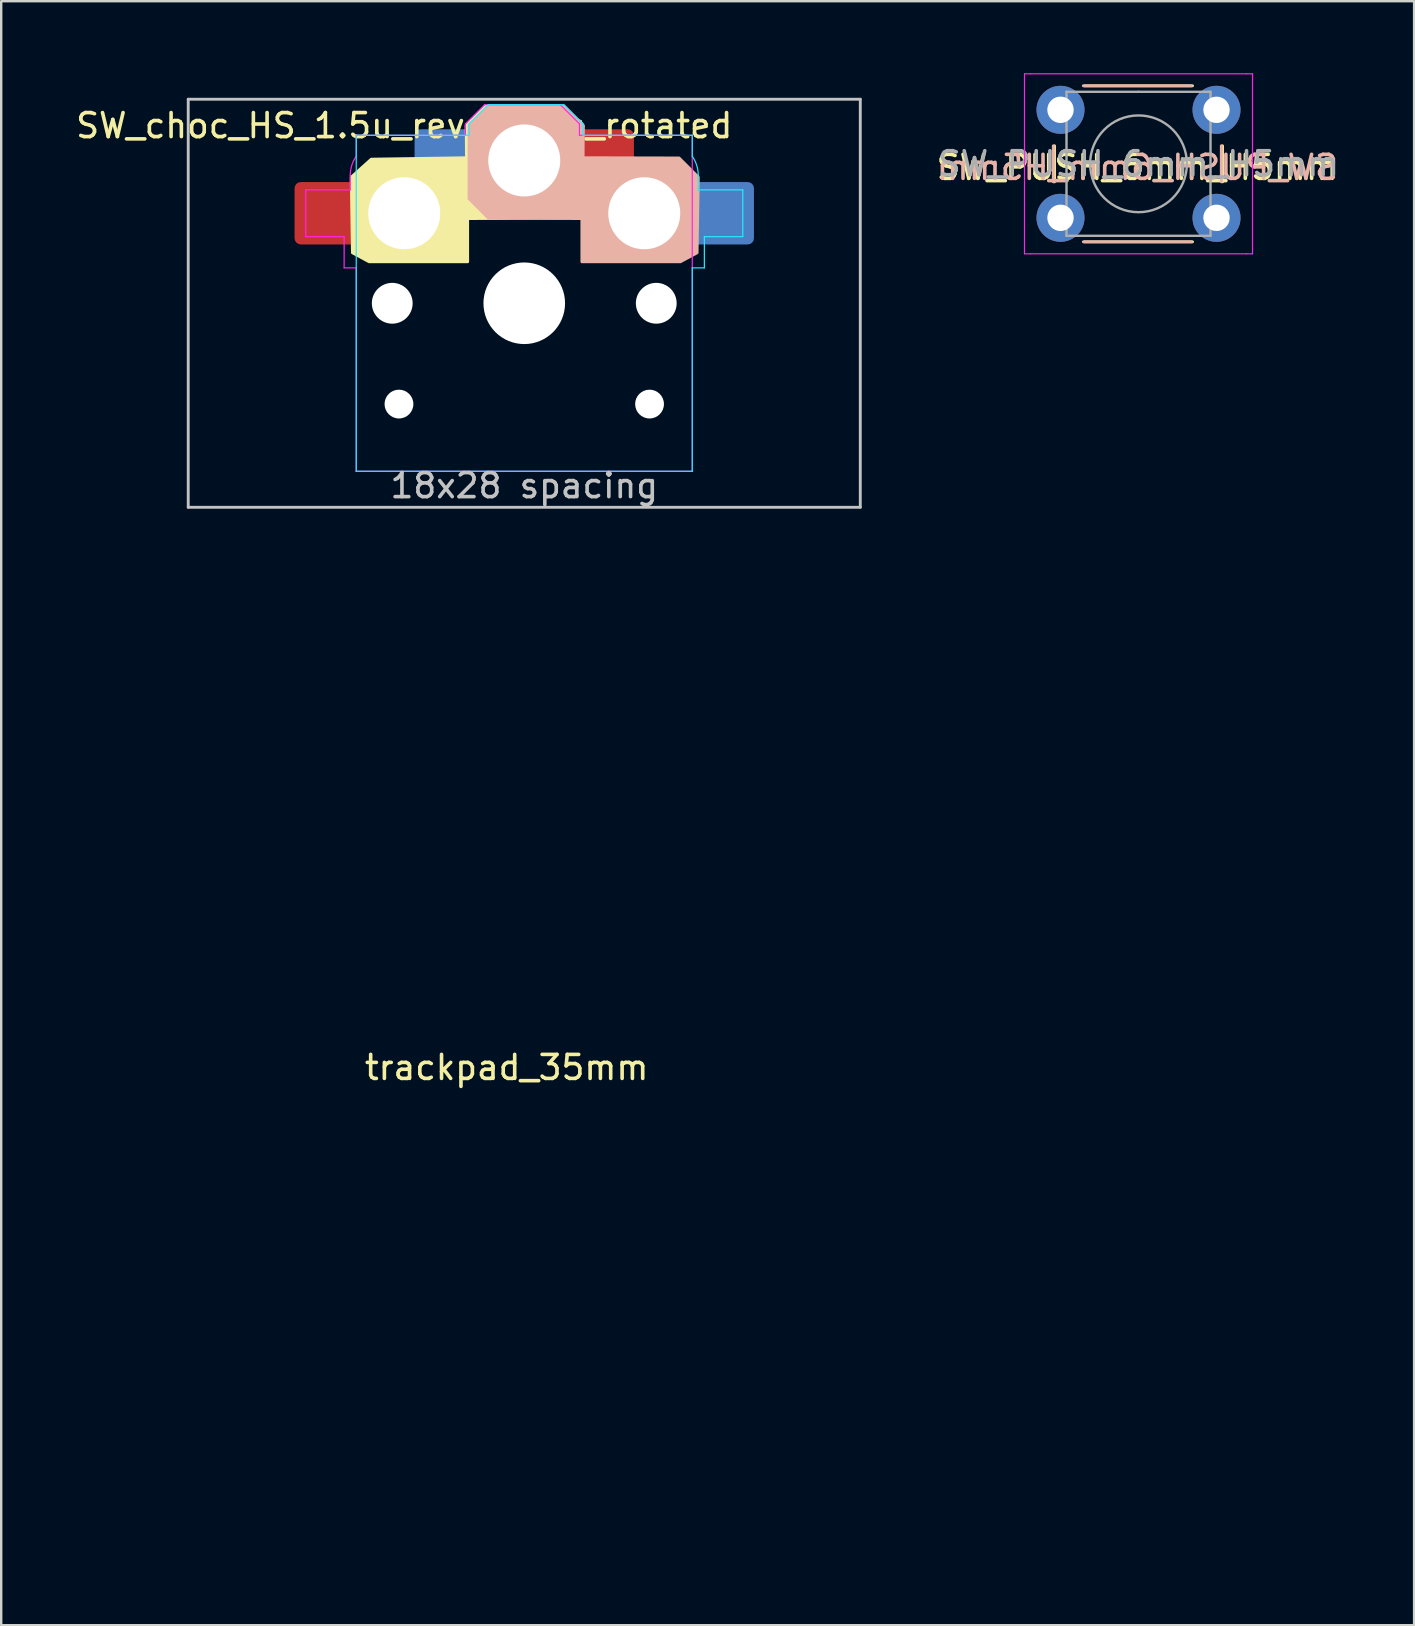
<source format=kicad_pcb>
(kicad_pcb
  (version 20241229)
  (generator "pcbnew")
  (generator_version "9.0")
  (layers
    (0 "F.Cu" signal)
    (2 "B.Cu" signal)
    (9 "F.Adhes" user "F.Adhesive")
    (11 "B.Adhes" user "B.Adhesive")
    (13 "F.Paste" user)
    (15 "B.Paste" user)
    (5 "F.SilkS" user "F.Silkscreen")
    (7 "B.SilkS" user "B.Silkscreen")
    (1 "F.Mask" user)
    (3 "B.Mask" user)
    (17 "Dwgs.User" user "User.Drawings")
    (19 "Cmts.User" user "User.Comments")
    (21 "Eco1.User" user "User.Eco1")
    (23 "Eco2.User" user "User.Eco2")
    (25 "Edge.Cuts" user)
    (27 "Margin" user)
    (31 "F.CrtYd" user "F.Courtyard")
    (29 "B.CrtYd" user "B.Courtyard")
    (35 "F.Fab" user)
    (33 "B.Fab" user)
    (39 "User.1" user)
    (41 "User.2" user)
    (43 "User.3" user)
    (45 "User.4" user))
  (footprint "SW_PUSH_6mm_H5mm"
    (layer "F.Cu")
    (at 41.134 1.525)
    (property "Reference" "SW_PUSH_6mm_H5mm" (at 3.2 2.4 0) (layer "F.SilkS") (effects (font (size 1 1) (thickness 0.15))))
    (attr through_hole)
    (fp_line (start -0.25 1.5) (end -0.25 3) (stroke (width 0.12) (type solid)) (layer "F.SilkS"))
    (fp_line (start 1 5.5) (end 5.5 5.5) (stroke (width 0.12) (type solid)) (layer "F.SilkS"))
    (fp_line (start 5.5 -1) (end 1 -1) (stroke (width 0.12) (type solid)) (layer "F.SilkS"))
    (fp_line (start 6.75 3) (end 6.75 1.5) (stroke (width 0.12) (type solid)) (layer "F.SilkS"))
    (fp_line (start -0.3 3) (end -0.3 1.5) (stroke (width 0.12) (type solid)) (layer "B.SilkS"))
    (fp_line (start 0.95 -1) (end 5.45 -1) (stroke (width 0.12) (type solid)) (layer "B.SilkS"))
    (fp_line (start 5.45 5.5) (end 0.95 5.5) (stroke (width 0.12) (type solid)) (layer "B.SilkS"))
    (fp_line (start 6.7 1.5) (end 6.7 3) (stroke (width 0.12) (type solid)) (layer "B.SilkS"))
    (fp_line (start -1.5 -1.5) (end -1.25 -1.5) (stroke (width 0.05) (type solid)) (layer "F.CrtYd"))
    (fp_line (start -1.5 -1.25) (end -1.5 -1.5) (stroke (width 0.05) (type solid)) (layer "F.CrtYd"))
    (fp_line (start -1.5 5.75) (end -1.5 -1.25) (stroke (width 0.05) (type solid)) (layer "F.CrtYd"))
    (fp_line (start -1.5 5.75) (end -1.5 6) (stroke (width 0.05) (type solid)) (layer "F.CrtYd"))
    (fp_line (start -1.5 6) (end -1.25 6) (stroke (width 0.05) (type solid)) (layer "F.CrtYd"))
    (fp_line (start -1.25 -1.5) (end 7.75 -1.5) (stroke (width 0.05) (type solid)) (layer "F.CrtYd"))
    (fp_line (start 7.75 -1.5) (end 8 -1.5) (stroke (width 0.05) (type solid)) (layer "F.CrtYd"))
    (fp_line (start 7.75 6) (end -1.25 6) (stroke (width 0.05) (type solid)) (layer "F.CrtYd"))
    (fp_line (start 7.75 6) (end 8 6) (stroke (width 0.05) (type solid)) (layer "F.CrtYd"))
    (fp_line (start 8 -1.5) (end 8 -1.25) (stroke (width 0.05) (type solid)) (layer "F.CrtYd"))
    (fp_line (start 8 -1.25) (end 8 5.75) (stroke (width 0.05) (type solid)) (layer "F.CrtYd"))
    (fp_line (start 8 6) (end 8 5.75) (stroke (width 0.05) (type solid)) (layer "F.CrtYd"))
    (fp_line (start 0.25 -0.75) (end 3.25 -0.75) (stroke (width 0.1) (type solid)) (layer "F.Fab"))
    (fp_line (start 0.25 5.25) (end 0.25 -0.75) (stroke (width 0.1) (type solid)) (layer "F.Fab"))
    (fp_line (start 3.25 -0.75) (end 6.25 -0.75) (stroke (width 0.1) (type solid)) (layer "F.Fab"))
    (fp_line (start 6.25 -0.75) (end 6.25 5.25) (stroke (width 0.1) (type solid)) (layer "F.Fab"))
    (fp_line (start 6.25 5.25) (end 0.25 5.25) (stroke (width 0.1) (type solid)) (layer "F.Fab"))
    (fp_circle (center 3.25 2.25) (end 1.25 2.5) (stroke (width 0.1) (type solid)) (fill no) (layer "F.Fab"))
    (fp_text user "${REFERENCE}" (at 3.2 2.4 0) (layer "B.SilkS") (effects (font (size 1 1) (thickness 0.15)) (justify mirror)))
    (fp_text user "${REFERENCE}" (at 3.25 2.25 0) (layer "F.Fab") (effects (font (size 1 1) (thickness 0.15))))
    (pad "1" thru_hole circle (at 0 0 90) (size 2 2) (drill 1.1) (layers "*.Cu" "*.Mask"))
    (pad "1" thru_hole circle (at 6.5 0 90) (size 2 2) (drill 1.1) (layers "*.Cu" "*.Mask"))
    (pad "2" thru_hole circle (at 0 4.5 90) (size 2 2) (drill 1.1) (layers "*.Cu" "*.Mask"))
    (pad "2" thru_hole circle (at 6.5 4.5 90) (size 2 2) (drill 1.1) (layers "*.Cu" "*.Mask")))
  (footprint "trackpad_35mm"
    (layer "F.Cu")
    (at 18.06 41.924)
    (property "Reference" "trackpad_35mm" (at 0 -0.5 0) (unlocked yes) (layer "F.SilkS") (effects (font (size 1 1) (thickness 0.15))))
    (fp_line (start -18 4.155) (end -18 -4.155) (stroke (width 0.12) (type solid)) (layer "User.9"))
    (fp_line (start 18 -4.155) (end 18 4.155) (stroke (width 0.12) (type solid)) (layer "User.9"))
    (fp_rect (start -8 15) (end 8 10) (stroke (width 0.12) (type solid)) (fill no) (layer "User.9"))
    (fp_arc (start -17.5 -5) (mid 0.364821 -19.688406) (end 17.5 -4.155) (stroke (width 0.12) (type solid)) (layer "User.9"))
    (fp_arc (start 17.5 4.155) (mid 0 19.676529) (end -17.5 4.155) (stroke (width 0.12) (type solid)) (layer "User.9")))
  (footprint "SW_choc_HS_1.5u_reversible_rotated"
    (layer "F.Cu")
    (at 18.792 9.585)
    (property "Reference" "SW_choc_HS_1.5u_reversible_rotated" (at -5 -7.4 0) (layer "F.SilkS") (effects (font (size 1 1) (thickness 0.15))))
    (attr smd)
    (fp_poly (pts (xy 2.342 -7.403) (xy 2.342 -4.353) (xy 1.542 -3.553) (xy -2.358 -3.528) (xy -2.358 -1.728) (xy -6.462 -1.728) (xy -7.158 -2.103) (xy -7.208 -5.253) (xy -6.375 -6.003) (xy -2.407 -6.063) (xy -2.413 -6.928) (xy -2.422 -7.403) (xy -1.627 -8.199) (xy 0.542 -8.203) (xy 1.542 -8.203)) (stroke (width 0.12) (type solid)) (fill yes) (layer "F.SilkS"))
    (fp_poly (pts (xy -2.299 -7.403) (xy -2.299 -4.353) (xy -1.499 -3.553) (xy 2.401 -3.528) (xy 2.401 -1.728) (xy 6.505 -1.728) (xy 7.201 -2.103) (xy 7.251 -5.253) (xy 6.451 -6.053) (xy 2.451 -6.063) (xy 2.457 -6.928) (xy 2.466 -7.403) (xy 1.671 -8.199) (xy -0.499 -8.203) (xy -1.499 -8.203)) (stroke (width 0.12) (type solid)) (fill yes) (layer "B.SilkS"))
    (fp_line (start -14 -8.5) (end -14 8.5) (stroke (width 0.12) (type solid)) (layer "Dwgs.User"))
    (fp_line (start -14 8.5) (end 14 8.5) (stroke (width 0.12) (type solid)) (layer "Dwgs.User"))
    (fp_line (start 14 -8.5) (end -14 -8.5) (stroke (width 0.12) (type solid)) (layer "Dwgs.User"))
    (fp_line (start 14 8.5) (end 14 -8.5) (stroke (width 0.12) (type solid)) (layer "Dwgs.User"))
    (fp_line (start -14 -9.525) (end 14 -9.525) (stroke (width 0.12) (type solid)) (layer "Eco1.User"))
    (fp_line (start -14 9.525) (end -14 -9.525) (stroke (width 0.12) (type solid)) (layer "Eco1.User"))
    (fp_line (start 14 -9.525) (end 14 9.525) (stroke (width 0.12) (type solid)) (layer "Eco1.User"))
    (fp_line (start 14 9.525) (end -14 9.525) (stroke (width 0.12) (type solid)) (layer "Eco1.User"))
    (fp_line (start -6.95 -6.45) (end -6.95 6.45) (stroke (width 0.05) (type solid)) (layer "Eco2.User"))
    (fp_line (start -6.45 6.95) (end 6.45 6.95) (stroke (width 0.05) (type solid)) (layer "Eco2.User"))
    (fp_line (start 6.45 -6.95) (end -6.45 -6.95) (stroke (width 0.05) (type solid)) (layer "Eco2.User"))
    (fp_line (start 6.95 6.45) (end 6.95 -6.45) (stroke (width 0.05) (type solid)) (layer "Eco2.User"))
    (fp_arc (start -6.95 -6.45) (mid -6.803553 -6.803553) (end -6.45 -6.95) (stroke (width 0.05) (type solid)) (layer "Eco2.User"))
    (fp_arc (start -6.45 6.95) (mid -6.803553 6.803553) (end -6.95 6.45) (stroke (width 0.05) (type solid)) (layer "Eco2.User"))
    (fp_arc (start 6.45 -6.95) (mid 6.803553 -6.803553) (end 6.95 -6.45) (stroke (width 0.05) (type solid)) (layer "Eco2.User"))
    (fp_arc (start 6.95 6.45) (mid 6.803553 6.803553) (end 6.45 6.95) (stroke (width 0.05) (type solid)) (layer "Eco2.User"))
    (fp_line (start -7 -7) (end -7 7) (stroke (width 0.05) (type solid)) (layer "B.CrtYd"))
    (fp_line (start -7 7) (end 7 7) (stroke (width 0.05) (type solid)) (layer "B.CrtYd"))
    (fp_line (start -2.3 -7.475) (end -2.3 -7) (stroke (width 0.05) (type solid)) (layer "B.CrtYd"))
    (fp_line (start -2.3 -7.475) (end -1.5 -8.275) (stroke (width 0.05) (type solid)) (layer "B.CrtYd"))
    (fp_line (start -2.3 -7) (end -7 -7) (stroke (width 0.05) (type solid)) (layer "B.CrtYd"))
    (fp_line (start -1.5 -8.275) (end 1.65 -8.275) (stroke (width 0.05) (type solid)) (layer "B.CrtYd"))
    (fp_line (start 2.45 -7.475) (end 1.65 -8.275) (stroke (width 0.05) (type solid)) (layer "B.CrtYd"))
    (fp_line (start 2.45 -7.475) (end 2.45 -7) (stroke (width 0.05) (type solid)) (layer "B.CrtYd"))
    (fp_line (start 7 -7) (end 2.45 -7) (stroke (width 0.05) (type solid)) (layer "B.CrtYd"))
    (fp_line (start 7 -6.125) (end 7 -7) (stroke (width 0.05) (type solid)) (layer "B.CrtYd"))
    (fp_line (start 7 7) (end 7 -1.475) (stroke (width 0.05) (type solid)) (layer "B.CrtYd"))
    (fp_line (start 7.25 -5.325) (end 7.25 -4.725) (stroke (width 0.05) (type solid)) (layer "B.CrtYd"))
    (fp_line (start 7.25 -4.725) (end 9.104 -4.725) (stroke (width 0.05) (type solid)) (layer "B.CrtYd"))
    (fp_line (start 7.504 -1.475) (end 7 -1.475) (stroke (width 0.05) (type solid)) (layer "B.CrtYd"))
    (fp_line (start 7.504 -1.475) (end 7.504 -2.775) (stroke (width 0.05) (type solid)) (layer "B.CrtYd"))
    (fp_line (start 9.104 -4.725) (end 9.104 -2.775) (stroke (width 0.05) (type solid)) (layer "B.CrtYd"))
    (fp_line (start 9.104 -2.775) (end 7.504 -2.775) (stroke (width 0.05) (type solid)) (layer "B.CrtYd"))
    (fp_arc (start 7 -6.125) (mid 7.186044 -5.744076) (end 7.25 -5.325) (stroke (width 0.05) (type solid)) (layer "B.CrtYd"))
    (fp_line (start -9.104 -4.725) (end -9.104 -2.775) (stroke (width 0.05) (type solid)) (layer "F.CrtYd"))
    (fp_line (start -9.104 -2.775) (end -7.504 -2.775) (stroke (width 0.05) (type solid)) (layer "F.CrtYd"))
    (fp_line (start -7.504 -1.475) (end -7.504 -2.775) (stroke (width 0.05) (type solid)) (layer "F.CrtYd"))
    (fp_line (start -7.504 -1.475) (end -7 -1.475) (stroke (width 0.05) (type solid)) (layer "F.CrtYd"))
    (fp_line (start -7.25 -5.325) (end -7.25 -4.725) (stroke (width 0.05) (type solid)) (layer "F.CrtYd"))
    (fp_line (start -7.25 -4.725) (end -9.104 -4.725) (stroke (width 0.05) (type solid)) (layer "F.CrtYd"))
    (fp_line (start -7 -7) (end -2.45 -7) (stroke (width 0.05) (type solid)) (layer "F.CrtYd"))
    (fp_line (start -7 -6.125) (end -7 -7) (stroke (width 0.05) (type solid)) (layer "F.CrtYd"))
    (fp_line (start -7 7) (end -7 -1.475) (stroke (width 0.05) (type solid)) (layer "F.CrtYd"))
    (fp_line (start -2.45 -7.475) (end -2.45 -7) (stroke (width 0.05) (type solid)) (layer "F.CrtYd"))
    (fp_line (start -2.45 -7.475) (end -1.65 -8.275) (stroke (width 0.05) (type solid)) (layer "F.CrtYd"))
    (fp_line (start 1.5 -8.275) (end -1.65 -8.275) (stroke (width 0.05) (type solid)) (layer "F.CrtYd"))
    (fp_line (start 2.3 -7.475) (end 1.5 -8.275) (stroke (width 0.05) (type solid)) (layer "F.CrtYd"))
    (fp_line (start 2.3 -7.475) (end 2.3 -7) (stroke (width 0.05) (type solid)) (layer "F.CrtYd"))
    (fp_line (start 2.3 -7) (end 7 -7) (stroke (width 0.05) (type solid)) (layer "F.CrtYd"))
    (fp_line (start 7 -7) (end 7 7) (stroke (width 0.05) (type solid)) (layer "F.CrtYd"))
    (fp_line (start 7 7) (end -7 7) (stroke (width 0.05) (type solid)) (layer "F.CrtYd"))
    (fp_arc (start -7.25 -5.325) (mid -7.186044 -5.744076) (end -7 -6.125) (stroke (width 0.05) (type solid)) (layer "F.CrtYd"))
    (fp_text user "18x28 spacing" (at 0 7.6 0) (layer "Dwgs.User") (effects (font (size 1 1) (thickness 0.15))))
    (fp_text user "19.05 spacing" (at 0 8.7 0) (layer "Eco1.User") (effects (font (size 1 1) (thickness 0.15))))
    (pad "" np_thru_hole circle (at -5.5 0) (size 1.7 1.7) (drill 1.7) (layers "*.Cu" "*.Mask"))
    (pad "" np_thru_hole circle (at -5.22 4.2) (size 1.2 1.2) (drill 1.2) (layers "*.Cu" "*.Mask"))
    (pad "" np_thru_hole circle (at -5 -3.75 180) (size 3 3) (drill 3) (layers "*.Cu" "*.Mask"))
    (pad "" np_thru_hole circle (at 0 -5.95 180) (size 3 3) (drill 3) (layers "*.Cu" "*.Mask"))
    (pad "" np_thru_hole circle (at 0 0) (size 3.4 3.4) (drill 3.4) (layers "*.Cu" "*.Mask"))
    (pad "" np_thru_hole circle (at 5 -3.75 180) (size 3 3) (drill 3) (layers "*.Cu" "*.Mask"))
    (pad "" np_thru_hole circle (at 5.22 4.2) (size 1.2 1.2) (drill 1.2) (layers "*.Cu" "*.Mask"))
    (pad "" np_thru_hole circle (at 5.5 0) (size 1.7 1.7) (drill 1.7) (layers "*.Cu" "*.Mask"))
    (pad "1" smd roundrect (at -8.245 -3.75 180) (size 2.65 2.6) (layers "F.Cu" "F.Mask" "F.Paste") (roundrect_rratio 0.1))
    (pad "1" smd roundrect (at 8.245 -3.75 180) (size 2.65 2.6) (layers "B.Cu" "B.Mask" "B.Paste") (roundrect_rratio 0.1))
    (pad "2" smd roundrect (at -3.245 -5.95 180) (size 2.65 2.6) (layers "B.Cu" "B.Mask" "B.Paste") (roundrect_rratio 0.1))
    (pad "2" smd roundrect (at 3.245 -5.95 180) (size 2.65 2.6) (layers "F.Cu" "F.Mask" "F.Paste") (roundrect_rratio 0.1)))
  (gr_rect
    (start -3 -3)
    (end 55.866 64.66)
    (stroke (width 0.1) (type default))
    (fill no)
    (layer "Edge.Cuts")))
</source>
